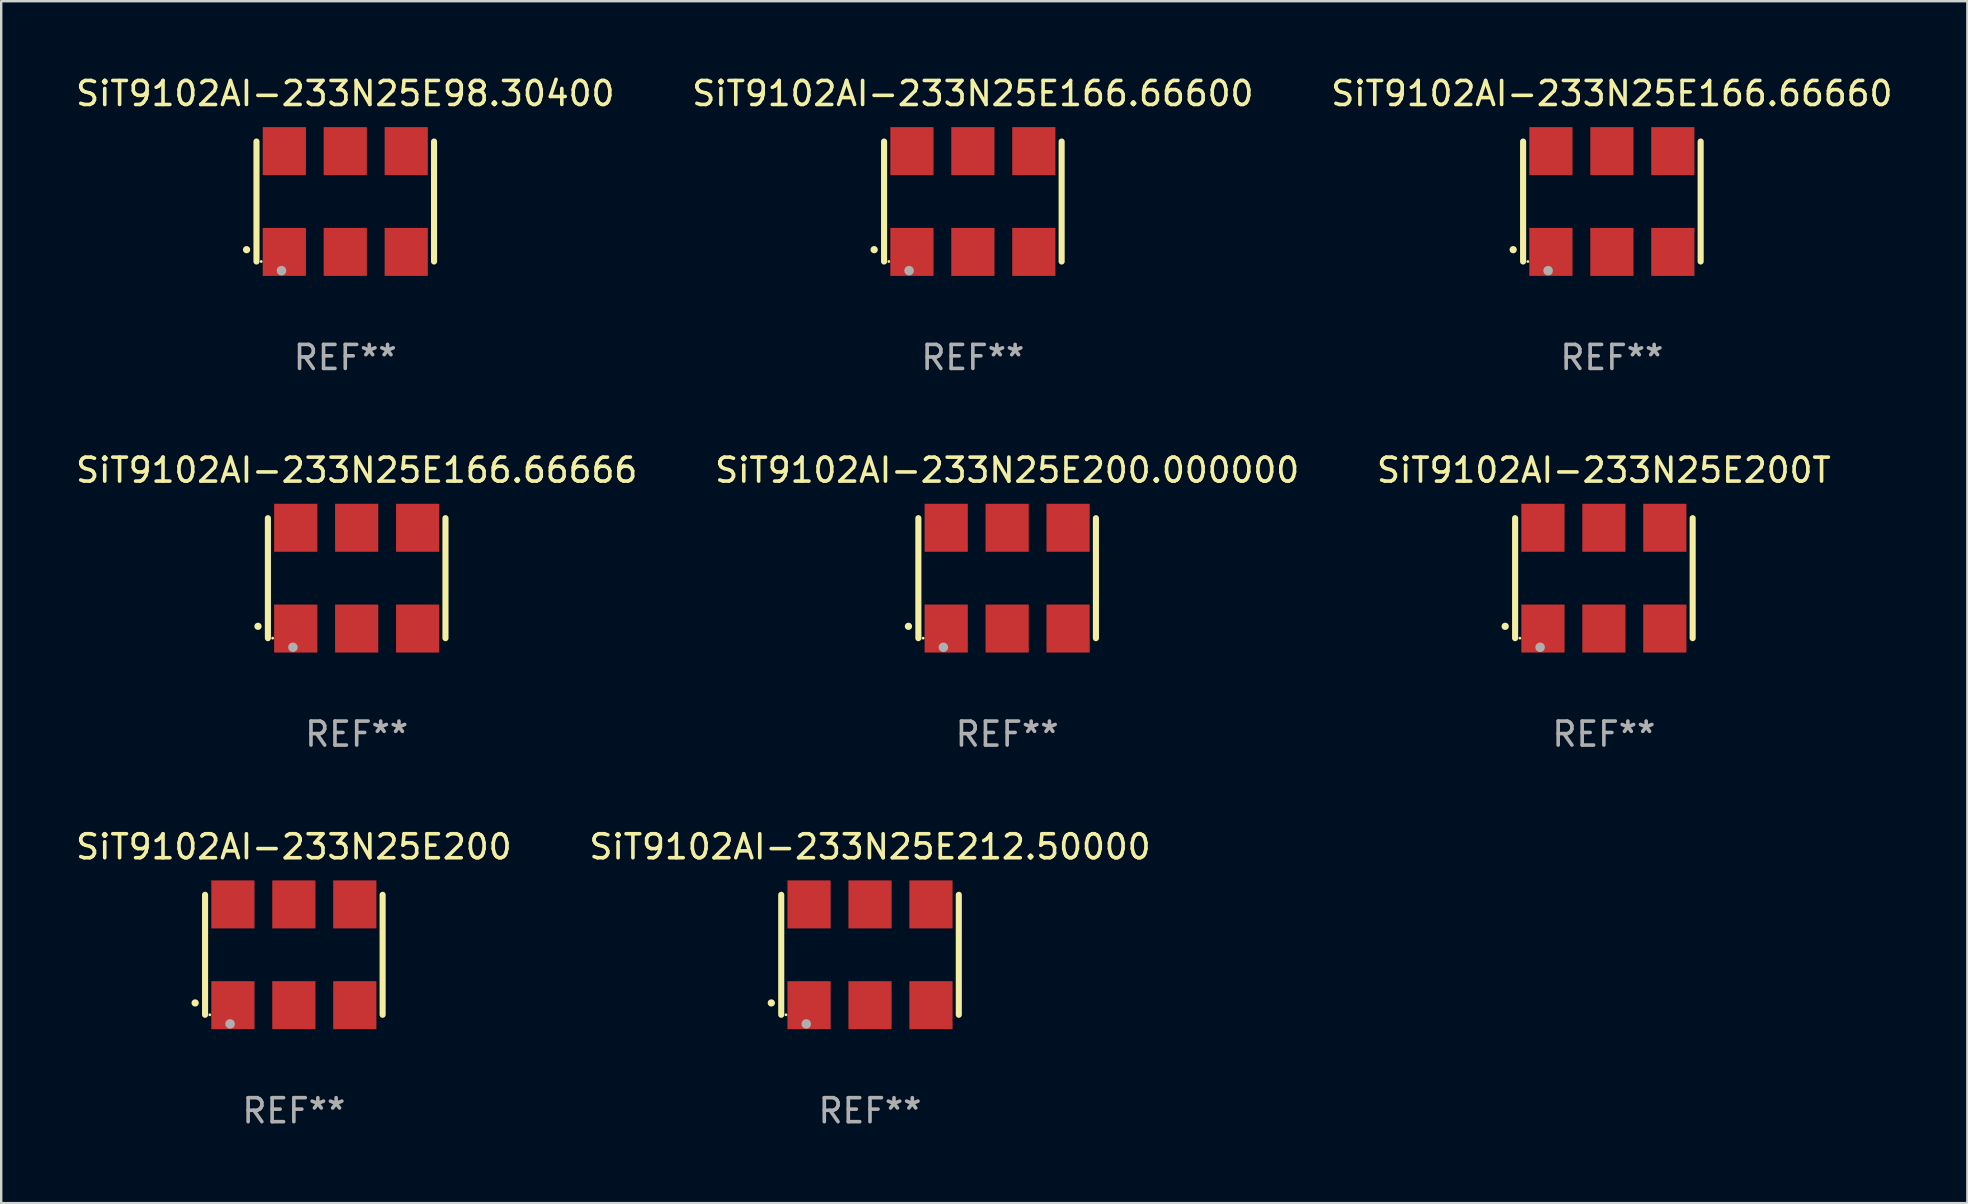
<source format=kicad_pcb>
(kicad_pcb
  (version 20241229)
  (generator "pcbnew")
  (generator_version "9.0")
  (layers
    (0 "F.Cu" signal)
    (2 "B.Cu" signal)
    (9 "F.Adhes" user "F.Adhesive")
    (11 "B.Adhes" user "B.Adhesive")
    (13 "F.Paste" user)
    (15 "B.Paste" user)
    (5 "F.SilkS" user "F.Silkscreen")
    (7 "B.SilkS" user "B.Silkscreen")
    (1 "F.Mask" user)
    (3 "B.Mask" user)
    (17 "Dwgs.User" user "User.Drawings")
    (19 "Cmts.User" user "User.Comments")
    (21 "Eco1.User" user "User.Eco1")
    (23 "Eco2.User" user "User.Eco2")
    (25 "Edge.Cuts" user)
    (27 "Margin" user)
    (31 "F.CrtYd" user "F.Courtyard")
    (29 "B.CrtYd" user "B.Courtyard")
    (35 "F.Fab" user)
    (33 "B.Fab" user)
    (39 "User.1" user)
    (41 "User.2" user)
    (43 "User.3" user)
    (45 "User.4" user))
  (footprint "SiT9102AI-233N25E212.50000"
    (layer "F.Cu")
    (at 33.208 36.741)
    (property "Reference" "SiT9102AI-233N25E212.50000" (at 0 -4.5 0) (layer "F.SilkS") (effects (font (size 1 1) (thickness 0.15))))
    (attr through_hole)
    (fp_line (start -3.7 -2.5) (end -3.7 2.5) (stroke (width 0.254) (type solid)) (layer "F.SilkS"))
    (fp_line (start 3.7 -2.5) (end 3.7 2.5) (stroke (width 0.254) (type solid)) (layer "F.SilkS"))
    (fp_arc (start -4.114415 2.006604) (mid -4.113145 2.006599) (end -4.111875 2.006604) (stroke (width 0.3) (type solid)) (layer "F.SilkS"))
    (fp_circle (center -3.502 2.5) (end -3.472 2.5) (stroke (width 0.06) (type solid)) (fill no) (layer "F.SilkS"))
    (fp_circle (center -2.657 2.882) (end -2.557 2.882) (stroke (width 0.2) (type solid)) (fill no) (layer "F.Fab"))
    (fp_text user "REF**" (at 0 6.5 0) (layer "F.Fab") (effects (font (size 1 1) (thickness 0.15))))
    (pad "1" smd rect (at -2.54 2.1) (size 1.8 2) (layers "F.Cu" "F.Mask" "F.Paste"))
    (pad "2" smd rect (at 0.000394 2.1) (size 1.8 2) (layers "F.Cu" "F.Mask" "F.Paste"))
    (pad "3" smd rect (at 2.54 2.1) (size 1.8 2) (layers "F.Cu" "F.Mask" "F.Paste"))
    (pad "4" smd rect (at 2.54 -2.1) (size 1.8 2) (layers "F.Cu" "F.Mask" "F.Paste"))
    (pad "5" smd rect (at 0.000394 -2.1) (size 1.8 2) (layers "F.Cu" "F.Mask" "F.Paste"))
    (pad "6" smd rect (at -2.54 -2.1) (size 1.8 2) (layers "F.Cu" "F.Mask" "F.Paste")))
  (footprint "SiT9102AI-233N25E200"
    (layer "F.Cu")
    (at 9.196 36.741)
    (property "Reference" "SiT9102AI-233N25E200" (at 0 -4.5 0) (layer "F.SilkS") (effects (font (size 1 1) (thickness 0.15))))
    (attr through_hole)
    (fp_line (start -3.7 -2.5) (end -3.7 2.5) (stroke (width 0.254) (type solid)) (layer "F.SilkS"))
    (fp_line (start 3.7 -2.5) (end 3.7 2.5) (stroke (width 0.254) (type solid)) (layer "F.SilkS"))
    (fp_arc (start -4.114415 2.006604) (mid -4.113145 2.006599) (end -4.111875 2.006604) (stroke (width 0.3) (type solid)) (layer "F.SilkS"))
    (fp_circle (center -3.502 2.5) (end -3.472 2.5) (stroke (width 0.06) (type solid)) (fill no) (layer "F.SilkS"))
    (fp_circle (center -2.657 2.882) (end -2.557 2.882) (stroke (width 0.2) (type solid)) (fill no) (layer "F.Fab"))
    (fp_text user "REF**" (at 0 6.5 0) (layer "F.Fab") (effects (font (size 1 1) (thickness 0.15))))
    (pad "1" smd rect (at -2.54 2.1) (size 1.8 2) (layers "F.Cu" "F.Mask" "F.Paste"))
    (pad "2" smd rect (at 0.000394 2.1) (size 1.8 2) (layers "F.Cu" "F.Mask" "F.Paste"))
    (pad "3" smd rect (at 2.54 2.1) (size 1.8 2) (layers "F.Cu" "F.Mask" "F.Paste"))
    (pad "4" smd rect (at 2.54 -2.1) (size 1.8 2) (layers "F.Cu" "F.Mask" "F.Paste"))
    (pad "5" smd rect (at 0.000394 -2.1) (size 1.8 2) (layers "F.Cu" "F.Mask" "F.Paste"))
    (pad "6" smd rect (at -2.54 -2.1) (size 1.8 2) (layers "F.Cu" "F.Mask" "F.Paste")))
  (footprint "SiT9102AI-233N25E166.66600"
    (layer "F.Cu")
    (at 37.494 5.348)
    (property "Reference" "SiT9102AI-233N25E166.66600" (at 0 -4.5 0) (layer "F.SilkS") (effects (font (size 1 1) (thickness 0.15))))
    (attr through_hole)
    (fp_line (start -3.7 -2.5) (end -3.7 2.5) (stroke (width 0.254) (type solid)) (layer "F.SilkS"))
    (fp_line (start 3.7 -2.5) (end 3.7 2.5) (stroke (width 0.254) (type solid)) (layer "F.SilkS"))
    (fp_arc (start -4.114415 2.006604) (mid -4.113145 2.006599) (end -4.111875 2.006604) (stroke (width 0.3) (type solid)) (layer "F.SilkS"))
    (fp_circle (center -3.502 2.5) (end -3.472 2.5) (stroke (width 0.06) (type solid)) (fill no) (layer "F.SilkS"))
    (fp_circle (center -2.657 2.882) (end -2.557 2.882) (stroke (width 0.2) (type solid)) (fill no) (layer "F.Fab"))
    (fp_text user "REF**" (at 0 6.5 0) (layer "F.Fab") (effects (font (size 1 1) (thickness 0.15))))
    (pad "1" smd rect (at -2.54 2.1) (size 1.8 2) (layers "F.Cu" "F.Mask" "F.Paste"))
    (pad "2" smd rect (at 0.000394 2.1) (size 1.8 2) (layers "F.Cu" "F.Mask" "F.Paste"))
    (pad "3" smd rect (at 2.54 2.1) (size 1.8 2) (layers "F.Cu" "F.Mask" "F.Paste"))
    (pad "4" smd rect (at 2.54 -2.1) (size 1.8 2) (layers "F.Cu" "F.Mask" "F.Paste"))
    (pad "5" smd rect (at 0.000394 -2.1) (size 1.8 2) (layers "F.Cu" "F.Mask" "F.Paste"))
    (pad "6" smd rect (at -2.54 -2.1) (size 1.8 2) (layers "F.Cu" "F.Mask" "F.Paste")))
  (footprint "SiT9102AI-233N25E166.66660"
    (layer "F.Cu")
    (at 64.125 5.348)
    (property "Reference" "SiT9102AI-233N25E166.66660" (at 0 -4.5 0) (layer "F.SilkS") (effects (font (size 1 1) (thickness 0.15))))
    (attr through_hole)
    (fp_line (start -3.7 -2.5) (end -3.7 2.5) (stroke (width 0.254) (type solid)) (layer "F.SilkS"))
    (fp_line (start 3.7 -2.5) (end 3.7 2.5) (stroke (width 0.254) (type solid)) (layer "F.SilkS"))
    (fp_arc (start -4.114415 2.006604) (mid -4.113145 2.006599) (end -4.111875 2.006604) (stroke (width 0.3) (type solid)) (layer "F.SilkS"))
    (fp_circle (center -3.502 2.5) (end -3.472 2.5) (stroke (width 0.06) (type solid)) (fill no) (layer "F.SilkS"))
    (fp_circle (center -2.657 2.882) (end -2.557 2.882) (stroke (width 0.2) (type solid)) (fill no) (layer "F.Fab"))
    (fp_text user "REF**" (at 0 6.5 0) (layer "F.Fab") (effects (font (size 1 1) (thickness 0.15))))
    (pad "1" smd rect (at -2.54 2.1) (size 1.8 2) (layers "F.Cu" "F.Mask" "F.Paste"))
    (pad "2" smd rect (at 0.000394 2.1) (size 1.8 2) (layers "F.Cu" "F.Mask" "F.Paste"))
    (pad "3" smd rect (at 2.54 2.1) (size 1.8 2) (layers "F.Cu" "F.Mask" "F.Paste"))
    (pad "4" smd rect (at 2.54 -2.1) (size 1.8 2) (layers "F.Cu" "F.Mask" "F.Paste"))
    (pad "5" smd rect (at 0.000394 -2.1) (size 1.8 2) (layers "F.Cu" "F.Mask" "F.Paste"))
    (pad "6" smd rect (at -2.54 -2.1) (size 1.8 2) (layers "F.Cu" "F.Mask" "F.Paste")))
  (footprint "SiT9102AI-233N25E166.66666"
    (layer "F.Cu")
    (at 11.815 21.045)
    (property "Reference" "SiT9102AI-233N25E166.66666" (at 0 -4.5 0) (layer "F.SilkS") (effects (font (size 1 1) (thickness 0.15))))
    (attr through_hole)
    (fp_line (start -3.7 -2.5) (end -3.7 2.5) (stroke (width 0.254) (type solid)) (layer "F.SilkS"))
    (fp_line (start 3.7 -2.5) (end 3.7 2.5) (stroke (width 0.254) (type solid)) (layer "F.SilkS"))
    (fp_arc (start -4.114415 2.006604) (mid -4.113145 2.006599) (end -4.111875 2.006604) (stroke (width 0.3) (type solid)) (layer "F.SilkS"))
    (fp_circle (center -3.502 2.5) (end -3.472 2.5) (stroke (width 0.06) (type solid)) (fill no) (layer "F.SilkS"))
    (fp_circle (center -2.657 2.882) (end -2.557 2.882) (stroke (width 0.2) (type solid)) (fill no) (layer "F.Fab"))
    (fp_text user "REF**" (at 0 6.5 0) (layer "F.Fab") (effects (font (size 1 1) (thickness 0.15))))
    (pad "1" smd rect (at -2.54 2.1) (size 1.8 2) (layers "F.Cu" "F.Mask" "F.Paste"))
    (pad "2" smd rect (at 0.000394 2.1) (size 1.8 2) (layers "F.Cu" "F.Mask" "F.Paste"))
    (pad "3" smd rect (at 2.54 2.1) (size 1.8 2) (layers "F.Cu" "F.Mask" "F.Paste"))
    (pad "4" smd rect (at 2.54 -2.1) (size 1.8 2) (layers "F.Cu" "F.Mask" "F.Paste"))
    (pad "5" smd rect (at 0.000394 -2.1) (size 1.8 2) (layers "F.Cu" "F.Mask" "F.Paste"))
    (pad "6" smd rect (at -2.54 -2.1) (size 1.8 2) (layers "F.Cu" "F.Mask" "F.Paste")))
  (footprint "SiT9102AI-233N25E98.30400"
    (layer "F.Cu")
    (at 11.339 5.348)
    (property "Reference" "SiT9102AI-233N25E98.30400" (at 0 -4.5 0) (layer "F.SilkS") (effects (font (size 1 1) (thickness 0.15))))
    (attr through_hole)
    (fp_line (start -3.7 -2.5) (end -3.7 2.5) (stroke (width 0.254) (type solid)) (layer "F.SilkS"))
    (fp_line (start 3.7 -2.5) (end 3.7 2.5) (stroke (width 0.254) (type solid)) (layer "F.SilkS"))
    (fp_arc (start -4.114415 2.006604) (mid -4.113145 2.006599) (end -4.111875 2.006604) (stroke (width 0.3) (type solid)) (layer "F.SilkS"))
    (fp_circle (center -3.502 2.5) (end -3.472 2.5) (stroke (width 0.06) (type solid)) (fill no) (layer "F.SilkS"))
    (fp_circle (center -2.657 2.882) (end -2.557 2.882) (stroke (width 0.2) (type solid)) (fill no) (layer "F.Fab"))
    (fp_text user "REF**" (at 0 6.5 0) (layer "F.Fab") (effects (font (size 1 1) (thickness 0.15))))
    (pad "1" smd rect (at -2.54 2.1) (size 1.8 2) (layers "F.Cu" "F.Mask" "F.Paste"))
    (pad "2" smd rect (at 0.000394 2.1) (size 1.8 2) (layers "F.Cu" "F.Mask" "F.Paste"))
    (pad "3" smd rect (at 2.54 2.1) (size 1.8 2) (layers "F.Cu" "F.Mask" "F.Paste"))
    (pad "4" smd rect (at 2.54 -2.1) (size 1.8 2) (layers "F.Cu" "F.Mask" "F.Paste"))
    (pad "5" smd rect (at 0.000394 -2.1) (size 1.8 2) (layers "F.Cu" "F.Mask" "F.Paste"))
    (pad "6" smd rect (at -2.54 -2.1) (size 1.8 2) (layers "F.Cu" "F.Mask" "F.Paste")))
  (footprint "SiT9102AI-233N25E200T"
    (layer "F.Cu")
    (at 63.792 21.045)
    (property "Reference" "SiT9102AI-233N25E200T" (at 0 -4.5 0) (layer "F.SilkS") (effects (font (size 1 1) (thickness 0.15))))
    (attr through_hole)
    (fp_line (start -3.7 -2.5) (end -3.7 2.5) (stroke (width 0.254) (type solid)) (layer "F.SilkS"))
    (fp_line (start 3.7 -2.5) (end 3.7 2.5) (stroke (width 0.254) (type solid)) (layer "F.SilkS"))
    (fp_arc (start -4.114415 2.006604) (mid -4.113145 2.006599) (end -4.111875 2.006604) (stroke (width 0.3) (type solid)) (layer "F.SilkS"))
    (fp_circle (center -3.502 2.5) (end -3.472 2.5) (stroke (width 0.06) (type solid)) (fill no) (layer "F.SilkS"))
    (fp_circle (center -2.657 2.882) (end -2.557 2.882) (stroke (width 0.2) (type solid)) (fill no) (layer "F.Fab"))
    (fp_text user "REF**" (at 0 6.5 0) (layer "F.Fab") (effects (font (size 1 1) (thickness 0.15))))
    (pad "1" smd rect (at -2.54 2.1) (size 1.8 2) (layers "F.Cu" "F.Mask" "F.Paste"))
    (pad "2" smd rect (at 0.000394 2.1) (size 1.8 2) (layers "F.Cu" "F.Mask" "F.Paste"))
    (pad "3" smd rect (at 2.54 2.1) (size 1.8 2) (layers "F.Cu" "F.Mask" "F.Paste"))
    (pad "4" smd rect (at 2.54 -2.1) (size 1.8 2) (layers "F.Cu" "F.Mask" "F.Paste"))
    (pad "5" smd rect (at 0.000394 -2.1) (size 1.8 2) (layers "F.Cu" "F.Mask" "F.Paste"))
    (pad "6" smd rect (at -2.54 -2.1) (size 1.8 2) (layers "F.Cu" "F.Mask" "F.Paste")))
  (footprint "SiT9102AI-233N25E200.000000"
    (layer "F.Cu")
    (at 38.923 21.045)
    (property "Reference" "SiT9102AI-233N25E200.000000" (at 0 -4.5 0) (layer "F.SilkS") (effects (font (size 1 1) (thickness 0.15))))
    (attr through_hole)
    (fp_line (start -3.7 -2.5) (end -3.7 2.5) (stroke (width 0.254) (type solid)) (layer "F.SilkS"))
    (fp_line (start 3.7 -2.5) (end 3.7 2.5) (stroke (width 0.254) (type solid)) (layer "F.SilkS"))
    (fp_arc (start -4.114415 2.006604) (mid -4.113145 2.006599) (end -4.111875 2.006604) (stroke (width 0.3) (type solid)) (layer "F.SilkS"))
    (fp_circle (center -3.502 2.5) (end -3.472 2.5) (stroke (width 0.06) (type solid)) (fill no) (layer "F.SilkS"))
    (fp_circle (center -2.657 2.882) (end -2.557 2.882) (stroke (width 0.2) (type solid)) (fill no) (layer "F.Fab"))
    (fp_text user "REF**" (at 0 6.5 0) (layer "F.Fab") (effects (font (size 1 1) (thickness 0.15))))
    (pad "1" smd rect (at -2.54 2.1) (size 1.8 2) (layers "F.Cu" "F.Mask" "F.Paste"))
    (pad "2" smd rect (at 0.000394 2.1) (size 1.8 2) (layers "F.Cu" "F.Mask" "F.Paste"))
    (pad "3" smd rect (at 2.54 2.1) (size 1.8 2) (layers "F.Cu" "F.Mask" "F.Paste"))
    (pad "4" smd rect (at 2.54 -2.1) (size 1.8 2) (layers "F.Cu" "F.Mask" "F.Paste"))
    (pad "5" smd rect (at 0.000394 -2.1) (size 1.8 2) (layers "F.Cu" "F.Mask" "F.Paste"))
    (pad "6" smd rect (at -2.54 -2.1) (size 1.8 2) (layers "F.Cu" "F.Mask" "F.Paste")))
  (gr_rect
    (start -3 -3)
    (end 78.94 47.09)
    (stroke (width 0.1) (type default))
    (fill no)
    (layer "Edge.Cuts")))
</source>
